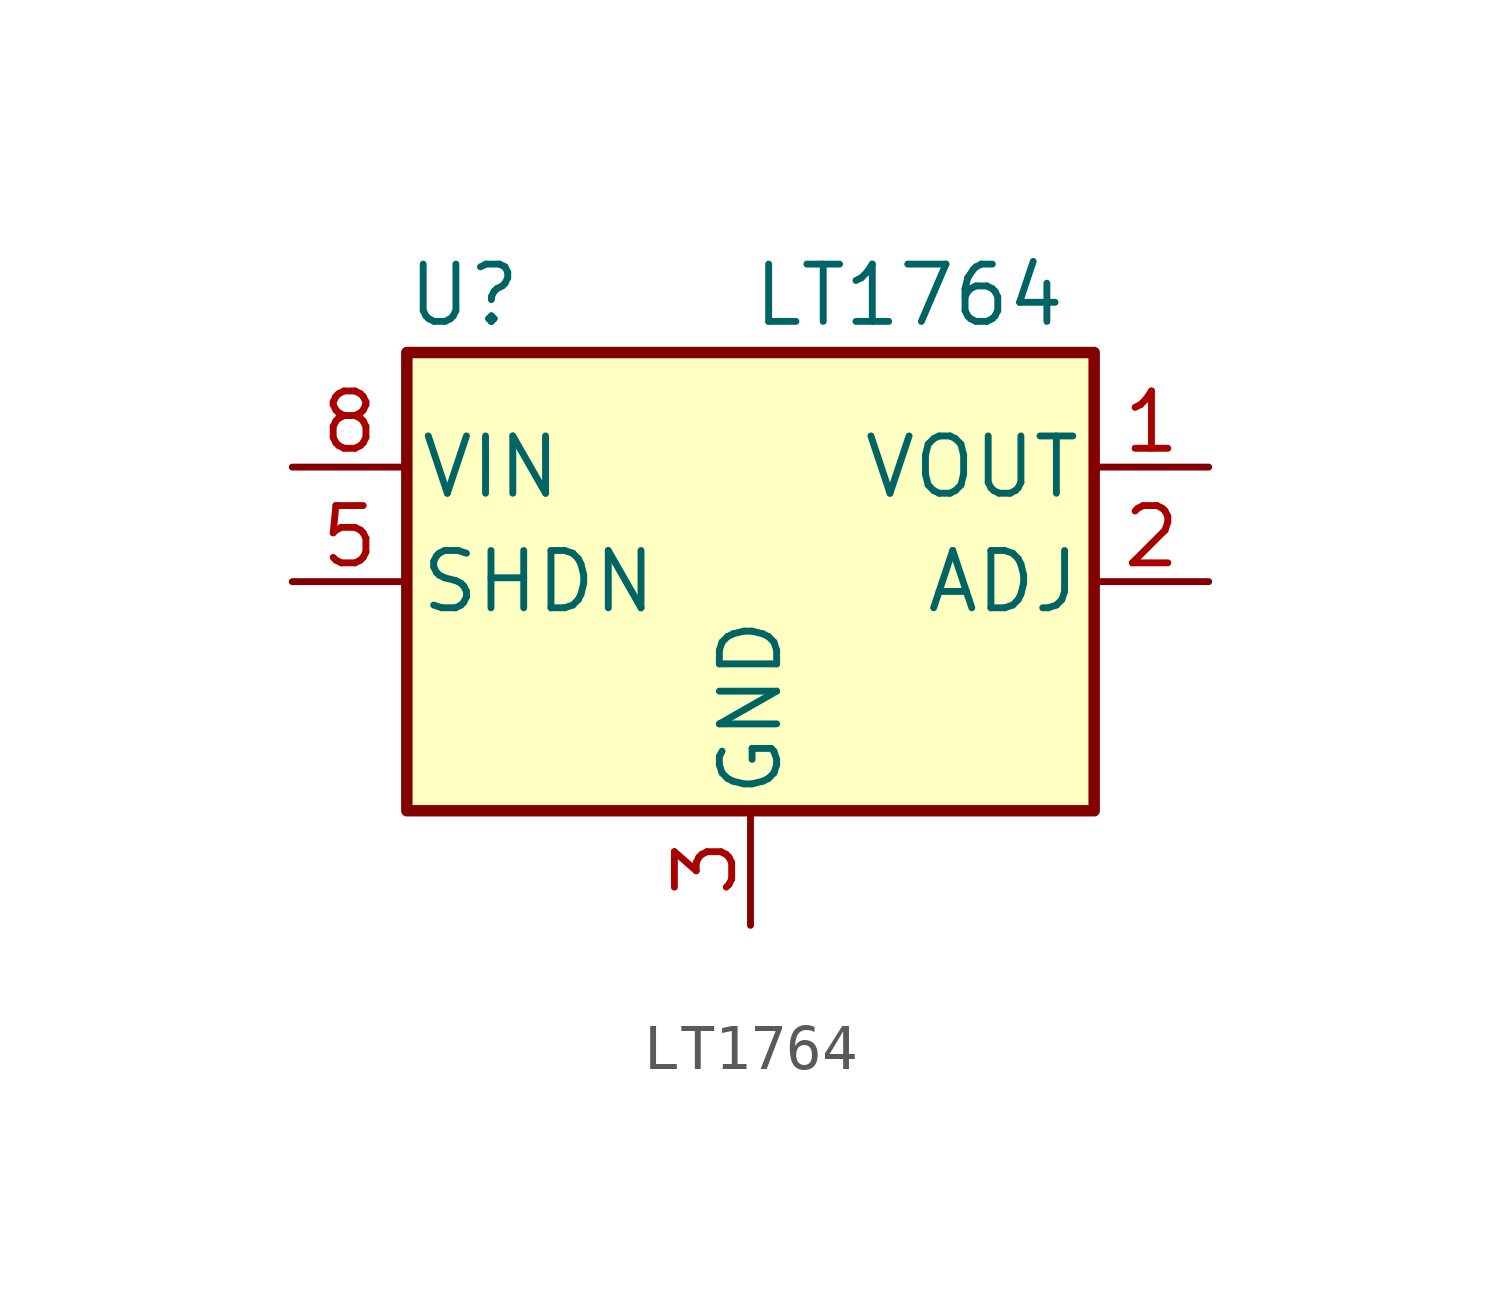
<source format=kicad_sym>
(kicad_symbol_lib
  (version 20231120)
  (generator "kicad_symbol_editor")
  (generator_version "8.0")
  (symbol "LT1764"
    (pin_names
      (offset 0.254))
    (property "Reference" "U"
      (at -6.35 6.35 0)
      (effects (font (size 1.27 1.27))))
    (property "Value" "LT1764"
      (at 0 6.35 0)
      (effects (font (size 1.27 1.27)) (justify left)))
    (symbol "LT1764_0_1"
      (rectangle (start -7.62 5.08) (end 7.62 -5.08) (stroke (width 0.254) (type default)) (fill (type background))))
    (symbol "LT1764_1_1"
      (pin passive line (at 10.16 2.54 180) (length 2.54) (name "VOUT" (effects (font (size 1.27 1.27)))) (number "1" (effects (font (size 1.27 1.27)))))
      (pin passive line (at 10.16 0 180) (length 2.54) (name "ADJ" (effects (font (size 1.27 1.27)))) (number "2" (effects (font (size 1.27 1.27)))))
      (pin passive line (at 0 -7.62 90) (length 2.54) (name "GND" (effects (font (size 1.27 1.27)))) (number "3" (effects (font (size 1.27 1.27)))))
      (pin passive line (at -10.16 0 0) (length 2.54) (name "SHDN" (effects (font (size 1.27 1.27)))) (number "5" (effects (font (size 1.27 1.27)))))
      (pin passive line (at -10.16 2.54 0) (length 2.54) (name "VIN" (effects (font (size 1.27 1.27)))) (number "8" (effects (font (size 1.27 1.27))))))))
</source>
